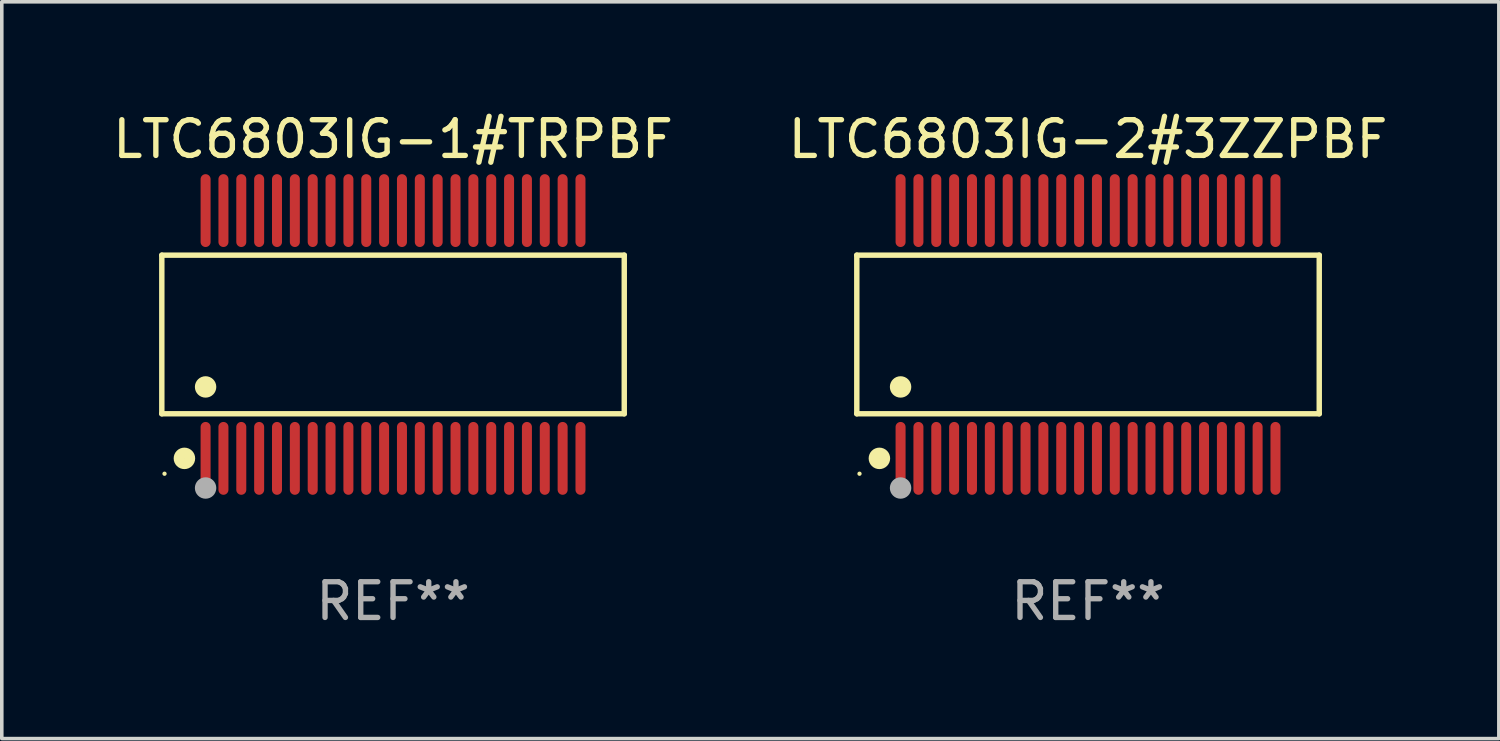
<source format=kicad_pcb>
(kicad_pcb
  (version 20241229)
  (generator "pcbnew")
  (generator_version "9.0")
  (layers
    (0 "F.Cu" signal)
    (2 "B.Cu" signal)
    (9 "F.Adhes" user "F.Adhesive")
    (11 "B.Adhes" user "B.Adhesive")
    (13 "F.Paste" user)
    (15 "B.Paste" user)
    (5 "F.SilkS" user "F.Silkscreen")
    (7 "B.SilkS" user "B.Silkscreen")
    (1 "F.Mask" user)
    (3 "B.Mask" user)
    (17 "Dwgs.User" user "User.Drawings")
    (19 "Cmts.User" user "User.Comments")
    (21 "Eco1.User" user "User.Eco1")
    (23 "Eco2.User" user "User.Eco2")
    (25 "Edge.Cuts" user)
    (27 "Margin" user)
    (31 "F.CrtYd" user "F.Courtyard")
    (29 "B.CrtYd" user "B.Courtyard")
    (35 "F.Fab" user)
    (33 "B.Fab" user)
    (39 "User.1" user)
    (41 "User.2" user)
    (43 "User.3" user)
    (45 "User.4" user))
  (footprint "LTC6803IG-1#TRPBF"
    (layer "F.Cu")
    (at 7.958 6.318)
    (property "Reference" "LTC6803IG-1#TRPBF" (at 0 -5.47 0) (layer "F.SilkS") (effects (font (size 1 1) (thickness 0.15))))
    (attr through_hole)
    (fp_line (start -6.476 -2.221) (end 6.476 -2.221) (stroke (width 0.152) (type solid)) (layer "F.SilkS"))
    (fp_line (start -6.476 2.221) (end -6.476 -2.221) (stroke (width 0.152) (type solid)) (layer "F.SilkS"))
    (fp_line (start 6.476 -2.221) (end 6.476 2.221) (stroke (width 0.152) (type solid)) (layer "F.SilkS"))
    (fp_line (start 6.476 2.221) (end -6.476 2.221) (stroke (width 0.152) (type solid)) (layer "F.SilkS"))
    (fp_circle (center -6.4 3.9) (end -6.37 3.9) (stroke (width 0.06) (type solid)) (fill no) (layer "F.SilkS"))
    (fp_circle (center -5.843 3.47) (end -5.692 3.47) (stroke (width 0.3) (type solid)) (fill no) (layer "F.SilkS"))
    (fp_circle (center -5.25 1.469) (end -5.1 1.469) (stroke (width 0.3) (type solid)) (fill no) (layer "F.SilkS"))
    (fp_circle (center -5.25 4.3) (end -5.1 4.3) (stroke (width 0.3) (type solid)) (fill no) (layer "F.Fab"))
    (fp_text user "REF**" (at 0 7.47 0) (layer "F.Fab") (effects (font (size 1 1) (thickness 0.15))))
    (pad "1" smd oval (at -5.25 3.47) (size 0.28 2.04) (layers "F.Cu" "F.Mask" "F.Paste"))
    (pad "2" smd oval (at -4.75 3.47) (size 0.28 2.04) (layers "F.Cu" "F.Mask" "F.Paste"))
    (pad "3" smd oval (at -4.25 3.47) (size 0.28 2.04) (layers "F.Cu" "F.Mask" "F.Paste"))
    (pad "4" smd oval (at -3.75 3.47) (size 0.28 2.04) (layers "F.Cu" "F.Mask" "F.Paste"))
    (pad "5" smd oval (at -3.25 3.47) (size 0.28 2.04) (layers "F.Cu" "F.Mask" "F.Paste"))
    (pad "6" smd oval (at -2.75 3.47) (size 0.28 2.04) (layers "F.Cu" "F.Mask" "F.Paste"))
    (pad "7" smd oval (at -2.25 3.47) (size 0.28 2.04) (layers "F.Cu" "F.Mask" "F.Paste"))
    (pad "8" smd oval (at -1.75 3.47) (size 0.28 2.04) (layers "F.Cu" "F.Mask" "F.Paste"))
    (pad "9" smd oval (at -1.25 3.47) (size 0.28 2.04) (layers "F.Cu" "F.Mask" "F.Paste"))
    (pad "10" smd oval (at -0.75 3.47) (size 0.28 2.04) (layers "F.Cu" "F.Mask" "F.Paste"))
    (pad "11" smd oval (at -0.25 3.47) (size 0.28 2.04) (layers "F.Cu" "F.Mask" "F.Paste"))
    (pad "12" smd oval (at 0.25 3.47) (size 0.28 2.04) (layers "F.Cu" "F.Mask" "F.Paste"))
    (pad "13" smd oval (at 0.75 3.47) (size 0.28 2.04) (layers "F.Cu" "F.Mask" "F.Paste"))
    (pad "14" smd oval (at 1.25 3.47) (size 0.28 2.04) (layers "F.Cu" "F.Mask" "F.Paste"))
    (pad "15" smd oval (at 1.75 3.47) (size 0.28 2.04) (layers "F.Cu" "F.Mask" "F.Paste"))
    (pad "16" smd oval (at 2.25 3.47) (size 0.28 2.04) (layers "F.Cu" "F.Mask" "F.Paste"))
    (pad "17" smd oval (at 2.75 3.47) (size 0.28 2.04) (layers "F.Cu" "F.Mask" "F.Paste"))
    (pad "18" smd oval (at 3.25 3.47) (size 0.28 2.04) (layers "F.Cu" "F.Mask" "F.Paste"))
    (pad "19" smd oval (at 3.75 3.47) (size 0.28 2.04) (layers "F.Cu" "F.Mask" "F.Paste"))
    (pad "20" smd oval (at 4.25 3.47) (size 0.28 2.04) (layers "F.Cu" "F.Mask" "F.Paste"))
    (pad "21" smd oval (at 4.75 3.47) (size 0.28 2.04) (layers "F.Cu" "F.Mask" "F.Paste"))
    (pad "22" smd oval (at 5.25 3.47) (size 0.28 2.04) (layers "F.Cu" "F.Mask" "F.Paste"))
    (pad "23" smd oval (at 5.25 -3.47) (size 0.28 2.04) (layers "F.Cu" "F.Mask" "F.Paste"))
    (pad "24" smd oval (at 4.75 -3.47) (size 0.28 2.04) (layers "F.Cu" "F.Mask" "F.Paste"))
    (pad "25" smd oval (at 4.25 -3.47) (size 0.28 2.04) (layers "F.Cu" "F.Mask" "F.Paste"))
    (pad "26" smd oval (at 3.75 -3.47) (size 0.28 2.04) (layers "F.Cu" "F.Mask" "F.Paste"))
    (pad "27" smd oval (at 3.25 -3.47) (size 0.28 2.04) (layers "F.Cu" "F.Mask" "F.Paste"))
    (pad "28" smd oval (at 2.75 -3.47) (size 0.28 2.04) (layers "F.Cu" "F.Mask" "F.Paste"))
    (pad "29" smd oval (at 2.25 -3.47) (size 0.28 2.04) (layers "F.Cu" "F.Mask" "F.Paste"))
    (pad "30" smd oval (at 1.75 -3.47) (size 0.28 2.04) (layers "F.Cu" "F.Mask" "F.Paste"))
    (pad "31" smd oval (at 1.25 -3.47) (size 0.28 2.04) (layers "F.Cu" "F.Mask" "F.Paste"))
    (pad "32" smd oval (at 0.75 -3.47) (size 0.28 2.04) (layers "F.Cu" "F.Mask" "F.Paste"))
    (pad "33" smd oval (at 0.25 -3.47) (size 0.28 2.04) (layers "F.Cu" "F.Mask" "F.Paste"))
    (pad "34" smd oval (at -0.25 -3.47) (size 0.28 2.04) (layers "F.Cu" "F.Mask" "F.Paste"))
    (pad "35" smd oval (at -0.75 -3.47) (size 0.28 2.04) (layers "F.Cu" "F.Mask" "F.Paste"))
    (pad "36" smd oval (at -1.25 -3.47) (size 0.28 2.04) (layers "F.Cu" "F.Mask" "F.Paste"))
    (pad "37" smd oval (at -1.75 -3.47) (size 0.28 2.04) (layers "F.Cu" "F.Mask" "F.Paste"))
    (pad "38" smd oval (at -2.25 -3.47) (size 0.28 2.04) (layers "F.Cu" "F.Mask" "F.Paste"))
    (pad "39" smd oval (at -2.75 -3.47) (size 0.28 2.04) (layers "F.Cu" "F.Mask" "F.Paste"))
    (pad "40" smd oval (at -3.25 -3.47) (size 0.28 2.04) (layers "F.Cu" "F.Mask" "F.Paste"))
    (pad "41" smd oval (at -3.75 -3.47) (size 0.28 2.04) (layers "F.Cu" "F.Mask" "F.Paste"))
    (pad "42" smd oval (at -4.25 -3.47) (size 0.28 2.04) (layers "F.Cu" "F.Mask" "F.Paste"))
    (pad "43" smd oval (at -4.75 -3.47) (size 0.28 2.04) (layers "F.Cu" "F.Mask" "F.Paste"))
    (pad "44" smd oval (at -5.25 -3.47) (size 0.28 2.04) (layers "F.Cu" "F.Mask" "F.Paste")))
  (footprint "LTC6803IG-2#3ZZPBF"
    (layer "F.Cu")
    (at 27.423 6.318)
    (property "Reference" "LTC6803IG-2#3ZZPBF" (at 0 -5.47 0) (layer "F.SilkS") (effects (font (size 1 1) (thickness 0.15))))
    (attr through_hole)
    (fp_line (start -6.476 -2.221) (end 6.476 -2.221) (stroke (width 0.152) (type solid)) (layer "F.SilkS"))
    (fp_line (start -6.476 2.221) (end -6.476 -2.221) (stroke (width 0.152) (type solid)) (layer "F.SilkS"))
    (fp_line (start 6.476 -2.221) (end 6.476 2.221) (stroke (width 0.152) (type solid)) (layer "F.SilkS"))
    (fp_line (start 6.476 2.221) (end -6.476 2.221) (stroke (width 0.152) (type solid)) (layer "F.SilkS"))
    (fp_circle (center -6.4 3.9) (end -6.37 3.9) (stroke (width 0.06) (type solid)) (fill no) (layer "F.SilkS"))
    (fp_circle (center -5.843 3.47) (end -5.692 3.47) (stroke (width 0.3) (type solid)) (fill no) (layer "F.SilkS"))
    (fp_circle (center -5.25 1.469) (end -5.1 1.469) (stroke (width 0.3) (type solid)) (fill no) (layer "F.SilkS"))
    (fp_circle (center -5.25 4.3) (end -5.1 4.3) (stroke (width 0.3) (type solid)) (fill no) (layer "F.Fab"))
    (fp_text user "REF**" (at 0 7.47 0) (layer "F.Fab") (effects (font (size 1 1) (thickness 0.15))))
    (pad "1" smd oval (at -5.25 3.47) (size 0.28 2.04) (layers "F.Cu" "F.Mask" "F.Paste"))
    (pad "2" smd oval (at -4.75 3.47) (size 0.28 2.04) (layers "F.Cu" "F.Mask" "F.Paste"))
    (pad "3" smd oval (at -4.25 3.47) (size 0.28 2.04) (layers "F.Cu" "F.Mask" "F.Paste"))
    (pad "4" smd oval (at -3.75 3.47) (size 0.28 2.04) (layers "F.Cu" "F.Mask" "F.Paste"))
    (pad "5" smd oval (at -3.25 3.47) (size 0.28 2.04) (layers "F.Cu" "F.Mask" "F.Paste"))
    (pad "6" smd oval (at -2.75 3.47) (size 0.28 2.04) (layers "F.Cu" "F.Mask" "F.Paste"))
    (pad "7" smd oval (at -2.25 3.47) (size 0.28 2.04) (layers "F.Cu" "F.Mask" "F.Paste"))
    (pad "8" smd oval (at -1.75 3.47) (size 0.28 2.04) (layers "F.Cu" "F.Mask" "F.Paste"))
    (pad "9" smd oval (at -1.25 3.47) (size 0.28 2.04) (layers "F.Cu" "F.Mask" "F.Paste"))
    (pad "10" smd oval (at -0.75 3.47) (size 0.28 2.04) (layers "F.Cu" "F.Mask" "F.Paste"))
    (pad "11" smd oval (at -0.25 3.47) (size 0.28 2.04) (layers "F.Cu" "F.Mask" "F.Paste"))
    (pad "12" smd oval (at 0.25 3.47) (size 0.28 2.04) (layers "F.Cu" "F.Mask" "F.Paste"))
    (pad "13" smd oval (at 0.75 3.47) (size 0.28 2.04) (layers "F.Cu" "F.Mask" "F.Paste"))
    (pad "14" smd oval (at 1.25 3.47) (size 0.28 2.04) (layers "F.Cu" "F.Mask" "F.Paste"))
    (pad "15" smd oval (at 1.75 3.47) (size 0.28 2.04) (layers "F.Cu" "F.Mask" "F.Paste"))
    (pad "16" smd oval (at 2.25 3.47) (size 0.28 2.04) (layers "F.Cu" "F.Mask" "F.Paste"))
    (pad "17" smd oval (at 2.75 3.47) (size 0.28 2.04) (layers "F.Cu" "F.Mask" "F.Paste"))
    (pad "18" smd oval (at 3.25 3.47) (size 0.28 2.04) (layers "F.Cu" "F.Mask" "F.Paste"))
    (pad "19" smd oval (at 3.75 3.47) (size 0.28 2.04) (layers "F.Cu" "F.Mask" "F.Paste"))
    (pad "20" smd oval (at 4.25 3.47) (size 0.28 2.04) (layers "F.Cu" "F.Mask" "F.Paste"))
    (pad "21" smd oval (at 4.75 3.47) (size 0.28 2.04) (layers "F.Cu" "F.Mask" "F.Paste"))
    (pad "22" smd oval (at 5.25 3.47) (size 0.28 2.04) (layers "F.Cu" "F.Mask" "F.Paste"))
    (pad "23" smd oval (at 5.25 -3.47) (size 0.28 2.04) (layers "F.Cu" "F.Mask" "F.Paste"))
    (pad "24" smd oval (at 4.75 -3.47) (size 0.28 2.04) (layers "F.Cu" "F.Mask" "F.Paste"))
    (pad "25" smd oval (at 4.25 -3.47) (size 0.28 2.04) (layers "F.Cu" "F.Mask" "F.Paste"))
    (pad "26" smd oval (at 3.75 -3.47) (size 0.28 2.04) (layers "F.Cu" "F.Mask" "F.Paste"))
    (pad "27" smd oval (at 3.25 -3.47) (size 0.28 2.04) (layers "F.Cu" "F.Mask" "F.Paste"))
    (pad "28" smd oval (at 2.75 -3.47) (size 0.28 2.04) (layers "F.Cu" "F.Mask" "F.Paste"))
    (pad "29" smd oval (at 2.25 -3.47) (size 0.28 2.04) (layers "F.Cu" "F.Mask" "F.Paste"))
    (pad "30" smd oval (at 1.75 -3.47) (size 0.28 2.04) (layers "F.Cu" "F.Mask" "F.Paste"))
    (pad "31" smd oval (at 1.25 -3.47) (size 0.28 2.04) (layers "F.Cu" "F.Mask" "F.Paste"))
    (pad "32" smd oval (at 0.75 -3.47) (size 0.28 2.04) (layers "F.Cu" "F.Mask" "F.Paste"))
    (pad "33" smd oval (at 0.25 -3.47) (size 0.28 2.04) (layers "F.Cu" "F.Mask" "F.Paste"))
    (pad "34" smd oval (at -0.25 -3.47) (size 0.28 2.04) (layers "F.Cu" "F.Mask" "F.Paste"))
    (pad "35" smd oval (at -0.75 -3.47) (size 0.28 2.04) (layers "F.Cu" "F.Mask" "F.Paste"))
    (pad "36" smd oval (at -1.25 -3.47) (size 0.28 2.04) (layers "F.Cu" "F.Mask" "F.Paste"))
    (pad "37" smd oval (at -1.75 -3.47) (size 0.28 2.04) (layers "F.Cu" "F.Mask" "F.Paste"))
    (pad "38" smd oval (at -2.25 -3.47) (size 0.28 2.04) (layers "F.Cu" "F.Mask" "F.Paste"))
    (pad "39" smd oval (at -2.75 -3.47) (size 0.28 2.04) (layers "F.Cu" "F.Mask" "F.Paste"))
    (pad "40" smd oval (at -3.25 -3.47) (size 0.28 2.04) (layers "F.Cu" "F.Mask" "F.Paste"))
    (pad "41" smd oval (at -3.75 -3.47) (size 0.28 2.04) (layers "F.Cu" "F.Mask" "F.Paste"))
    (pad "42" smd oval (at -4.25 -3.47) (size 0.28 2.04) (layers "F.Cu" "F.Mask" "F.Paste"))
    (pad "43" smd oval (at -4.75 -3.47) (size 0.28 2.04) (layers "F.Cu" "F.Mask" "F.Paste"))
    (pad "44" smd oval (at -5.25 -3.47) (size 0.28 2.04) (layers "F.Cu" "F.Mask" "F.Paste")))
  (gr_rect
    (start -3 -3)
    (end 38.929 17.636)
    (stroke (width 0.1) (type default))
    (fill no)
    (layer "Edge.Cuts")))
</source>
